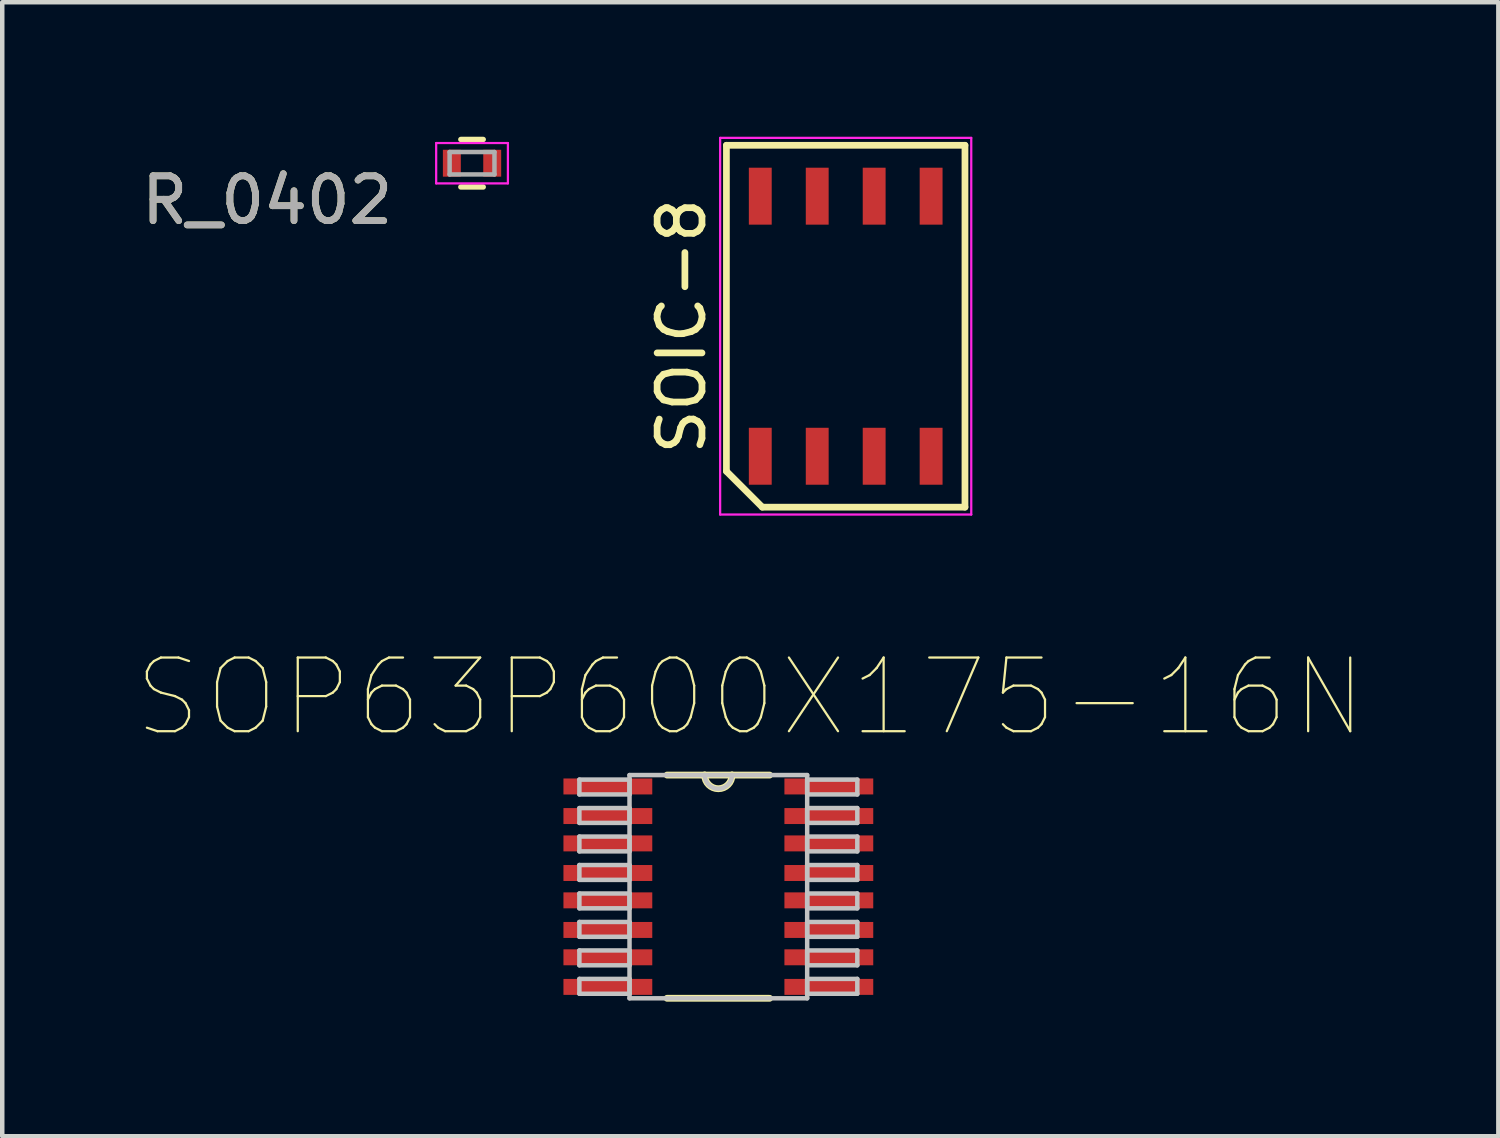
<source format=kicad_pcb>
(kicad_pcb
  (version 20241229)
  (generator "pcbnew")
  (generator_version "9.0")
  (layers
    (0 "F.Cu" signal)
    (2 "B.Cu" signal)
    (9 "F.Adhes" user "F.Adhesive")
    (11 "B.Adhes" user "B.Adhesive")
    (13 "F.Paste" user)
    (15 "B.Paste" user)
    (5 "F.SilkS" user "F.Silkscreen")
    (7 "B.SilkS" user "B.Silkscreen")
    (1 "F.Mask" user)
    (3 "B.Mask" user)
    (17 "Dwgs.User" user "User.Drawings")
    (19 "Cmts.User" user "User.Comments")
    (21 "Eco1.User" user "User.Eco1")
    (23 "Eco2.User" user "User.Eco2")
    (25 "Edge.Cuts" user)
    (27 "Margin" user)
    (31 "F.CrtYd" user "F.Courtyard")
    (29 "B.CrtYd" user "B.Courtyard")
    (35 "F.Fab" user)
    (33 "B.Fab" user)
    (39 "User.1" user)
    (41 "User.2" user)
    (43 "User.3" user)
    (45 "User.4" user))
  (footprint "R_0402"
    (layer "F.Cu")
    (at 7.477 0.59)
    (property "Reference" "R_0402" (at -4.566 0.826 0) (layer "F.SilkS") (effects (font (size 1 1) (thickness 0.15))))
    (attr smd)
    (fp_line (start -0.25 0.53) (end 0.25 0.53) (stroke (width 0.12) (type solid)) (layer "F.SilkS"))
    (fp_line (start 0.25 -0.53) (end -0.25 -0.53) (stroke (width 0.12) (type solid)) (layer "F.SilkS"))
    (fp_line (start -0.8 -0.45) (end -0.8 0.45) (stroke (width 0.05) (type solid)) (layer "F.CrtYd"))
    (fp_line (start -0.8 -0.45) (end 0.8 -0.45) (stroke (width 0.05) (type solid)) (layer "F.CrtYd"))
    (fp_line (start 0.8 0.45) (end -0.8 0.45) (stroke (width 0.05) (type solid)) (layer "F.CrtYd"))
    (fp_line (start 0.8 0.45) (end 0.8 -0.45) (stroke (width 0.05) (type solid)) (layer "F.CrtYd"))
    (fp_line (start -0.5 -0.25) (end 0.5 -0.25) (stroke (width 0.1) (type solid)) (layer "F.Fab"))
    (fp_line (start -0.5 0.25) (end -0.5 -0.25) (stroke (width 0.1) (type solid)) (layer "F.Fab"))
    (fp_line (start 0.5 -0.25) (end 0.5 0.25) (stroke (width 0.1) (type solid)) (layer "F.Fab"))
    (fp_line (start 0.5 0.25) (end -0.5 0.25) (stroke (width 0.1) (type solid)) (layer "F.Fab"))
    (fp_text user "${REFERENCE}" (at -4.566 0.826 0) (layer "F.Fab") (effects (font (size 1 1) (thickness 0.15))))
    (pad "1" smd rect (at -0.45 0) (size 0.4 0.6) (layers "F.Cu" "F.Mask" "F.Paste"))
    (pad "2" smd rect (at 0.45 0) (size 0.4 0.6) (layers "F.Cu" "F.Mask" "F.Paste")))
  (footprint "SOP63P600X175-16N"
    (layer "F.Cu")
    (at 12.97 16.724)
    (property "Reference" "SOP63P600X175-16N" (at 0.713 -4.225 0) (layer "F.SilkS") (effects (font (size 1.643 1.643) (thickness 0.05))))
    (attr smd)
    (fp_line (start -1.143 2.489) (end 1.143 2.489) (stroke (width 0.152) (type solid)) (layer "F.SilkS"))
    (fp_line (start -0.305 -2.489) (end -1.143 -2.489) (stroke (width 0.152) (type solid)) (layer "F.SilkS"))
    (fp_line (start 0.305 -2.489) (end -0.305 -2.489) (stroke (width 0.152) (type solid)) (layer "F.SilkS"))
    (fp_line (start 1.143 -2.489) (end 0.305 -2.489) (stroke (width 0.152) (type solid)) (layer "F.SilkS"))
    (fp_arc (start 0.3048 -2.4892) (mid 0 -2.1844) (end -0.3048 -2.4892) (stroke (width 0.1524) (type solid)) (layer "F.SilkS"))
    (fp_line (start -3.099 -2.388) (end -3.099 -2.057) (stroke (width 0.1) (type solid)) (layer "Dwgs.User"))
    (fp_line (start -3.099 -2.057) (end -1.981 -2.057) (stroke (width 0.1) (type solid)) (layer "Dwgs.User"))
    (fp_line (start -3.099 -1.753) (end -3.099 -1.422) (stroke (width 0.1) (type solid)) (layer "Dwgs.User"))
    (fp_line (start -3.099 -1.422) (end -1.981 -1.422) (stroke (width 0.1) (type solid)) (layer "Dwgs.User"))
    (fp_line (start -3.099 -1.118) (end -3.099 -0.787) (stroke (width 0.1) (type solid)) (layer "Dwgs.User"))
    (fp_line (start -3.099 -0.787) (end -1.981 -0.787) (stroke (width 0.1) (type solid)) (layer "Dwgs.User"))
    (fp_line (start -3.099 -0.483) (end -3.099 -0.152) (stroke (width 0.1) (type solid)) (layer "Dwgs.User"))
    (fp_line (start -3.099 -0.152) (end -1.981 -0.152) (stroke (width 0.1) (type solid)) (layer "Dwgs.User"))
    (fp_line (start -3.099 0.152) (end -3.099 0.483) (stroke (width 0.1) (type solid)) (layer "Dwgs.User"))
    (fp_line (start -3.099 0.483) (end -1.981 0.483) (stroke (width 0.1) (type solid)) (layer "Dwgs.User"))
    (fp_line (start -3.099 0.787) (end -3.099 1.118) (stroke (width 0.1) (type solid)) (layer "Dwgs.User"))
    (fp_line (start -3.099 1.118) (end -1.981 1.118) (stroke (width 0.1) (type solid)) (layer "Dwgs.User"))
    (fp_line (start -3.099 1.422) (end -3.099 1.753) (stroke (width 0.1) (type solid)) (layer "Dwgs.User"))
    (fp_line (start -3.099 1.753) (end -1.981 1.753) (stroke (width 0.1) (type solid)) (layer "Dwgs.User"))
    (fp_line (start -3.099 2.057) (end -3.099 2.388) (stroke (width 0.1) (type solid)) (layer "Dwgs.User"))
    (fp_line (start -3.099 2.388) (end -1.981 2.388) (stroke (width 0.1) (type solid)) (layer "Dwgs.User"))
    (fp_line (start -1.981 -2.489) (end -1.981 2.489) (stroke (width 0.1) (type solid)) (layer "Dwgs.User"))
    (fp_line (start -1.981 -2.388) (end -3.099 -2.388) (stroke (width 0.1) (type solid)) (layer "Dwgs.User"))
    (fp_line (start -1.981 -2.057) (end -1.981 -2.388) (stroke (width 0.1) (type solid)) (layer "Dwgs.User"))
    (fp_line (start -1.981 -1.753) (end -3.099 -1.753) (stroke (width 0.1) (type solid)) (layer "Dwgs.User"))
    (fp_line (start -1.981 -1.422) (end -1.981 -1.753) (stroke (width 0.1) (type solid)) (layer "Dwgs.User"))
    (fp_line (start -1.981 -1.118) (end -3.099 -1.118) (stroke (width 0.1) (type solid)) (layer "Dwgs.User"))
    (fp_line (start -1.981 -0.787) (end -1.981 -1.118) (stroke (width 0.1) (type solid)) (layer "Dwgs.User"))
    (fp_line (start -1.981 -0.483) (end -3.099 -0.483) (stroke (width 0.1) (type solid)) (layer "Dwgs.User"))
    (fp_line (start -1.981 -0.152) (end -1.981 -0.483) (stroke (width 0.1) (type solid)) (layer "Dwgs.User"))
    (fp_line (start -1.981 0.152) (end -3.099 0.152) (stroke (width 0.1) (type solid)) (layer "Dwgs.User"))
    (fp_line (start -1.981 0.483) (end -1.981 0.152) (stroke (width 0.1) (type solid)) (layer "Dwgs.User"))
    (fp_line (start -1.981 0.787) (end -3.099 0.787) (stroke (width 0.1) (type solid)) (layer "Dwgs.User"))
    (fp_line (start -1.981 1.118) (end -1.981 0.787) (stroke (width 0.1) (type solid)) (layer "Dwgs.User"))
    (fp_line (start -1.981 1.422) (end -3.099 1.422) (stroke (width 0.1) (type solid)) (layer "Dwgs.User"))
    (fp_line (start -1.981 1.753) (end -1.981 1.422) (stroke (width 0.1) (type solid)) (layer "Dwgs.User"))
    (fp_line (start -1.981 2.057) (end -3.099 2.057) (stroke (width 0.1) (type solid)) (layer "Dwgs.User"))
    (fp_line (start -1.981 2.388) (end -1.981 2.057) (stroke (width 0.1) (type solid)) (layer "Dwgs.User"))
    (fp_line (start -1.981 2.489) (end 1.981 2.489) (stroke (width 0.1) (type solid)) (layer "Dwgs.User"))
    (fp_line (start -0.305 -2.489) (end -1.981 -2.489) (stroke (width 0.1) (type solid)) (layer "Dwgs.User"))
    (fp_line (start 0.305 -2.489) (end -0.305 -2.489) (stroke (width 0.1) (type solid)) (layer "Dwgs.User"))
    (fp_line (start 1.981 -2.489) (end 0.305 -2.489) (stroke (width 0.1) (type solid)) (layer "Dwgs.User"))
    (fp_line (start 1.981 -2.388) (end 1.981 -2.057) (stroke (width 0.1) (type solid)) (layer "Dwgs.User"))
    (fp_line (start 1.981 -2.057) (end 3.099 -2.057) (stroke (width 0.1) (type solid)) (layer "Dwgs.User"))
    (fp_line (start 1.981 -1.753) (end 1.981 -1.422) (stroke (width 0.1) (type solid)) (layer "Dwgs.User"))
    (fp_line (start 1.981 -1.422) (end 3.099 -1.422) (stroke (width 0.1) (type solid)) (layer "Dwgs.User"))
    (fp_line (start 1.981 -1.118) (end 1.981 -0.787) (stroke (width 0.1) (type solid)) (layer "Dwgs.User"))
    (fp_line (start 1.981 -0.787) (end 3.099 -0.787) (stroke (width 0.1) (type solid)) (layer "Dwgs.User"))
    (fp_line (start 1.981 -0.483) (end 1.981 -0.152) (stroke (width 0.1) (type solid)) (layer "Dwgs.User"))
    (fp_line (start 1.981 -0.152) (end 3.099 -0.152) (stroke (width 0.1) (type solid)) (layer "Dwgs.User"))
    (fp_line (start 1.981 0.152) (end 1.981 0.483) (stroke (width 0.1) (type solid)) (layer "Dwgs.User"))
    (fp_line (start 1.981 0.483) (end 3.099 0.483) (stroke (width 0.1) (type solid)) (layer "Dwgs.User"))
    (fp_line (start 1.981 0.787) (end 1.981 1.118) (stroke (width 0.1) (type solid)) (layer "Dwgs.User"))
    (fp_line (start 1.981 1.118) (end 3.099 1.118) (stroke (width 0.1) (type solid)) (layer "Dwgs.User"))
    (fp_line (start 1.981 1.422) (end 1.981 1.753) (stroke (width 0.1) (type solid)) (layer "Dwgs.User"))
    (fp_line (start 1.981 1.753) (end 3.099 1.753) (stroke (width 0.1) (type solid)) (layer "Dwgs.User"))
    (fp_line (start 1.981 2.057) (end 1.981 2.388) (stroke (width 0.1) (type solid)) (layer "Dwgs.User"))
    (fp_line (start 1.981 2.388) (end 3.099 2.388) (stroke (width 0.1) (type solid)) (layer "Dwgs.User"))
    (fp_line (start 1.981 2.489) (end 1.981 -2.489) (stroke (width 0.1) (type solid)) (layer "Dwgs.User"))
    (fp_line (start 3.099 -2.388) (end 1.981 -2.388) (stroke (width 0.1) (type solid)) (layer "Dwgs.User"))
    (fp_line (start 3.099 -2.057) (end 3.099 -2.388) (stroke (width 0.1) (type solid)) (layer "Dwgs.User"))
    (fp_line (start 3.099 -1.753) (end 1.981 -1.753) (stroke (width 0.1) (type solid)) (layer "Dwgs.User"))
    (fp_line (start 3.099 -1.422) (end 3.099 -1.753) (stroke (width 0.1) (type solid)) (layer "Dwgs.User"))
    (fp_line (start 3.099 -1.118) (end 1.981 -1.118) (stroke (width 0.1) (type solid)) (layer "Dwgs.User"))
    (fp_line (start 3.099 -0.787) (end 3.099 -1.118) (stroke (width 0.1) (type solid)) (layer "Dwgs.User"))
    (fp_line (start 3.099 -0.483) (end 1.981 -0.483) (stroke (width 0.1) (type solid)) (layer "Dwgs.User"))
    (fp_line (start 3.099 -0.152) (end 3.099 -0.483) (stroke (width 0.1) (type solid)) (layer "Dwgs.User"))
    (fp_line (start 3.099 0.152) (end 1.981 0.152) (stroke (width 0.1) (type solid)) (layer "Dwgs.User"))
    (fp_line (start 3.099 0.483) (end 3.099 0.152) (stroke (width 0.1) (type solid)) (layer "Dwgs.User"))
    (fp_line (start 3.099 0.787) (end 1.981 0.787) (stroke (width 0.1) (type solid)) (layer "Dwgs.User"))
    (fp_line (start 3.099 1.118) (end 3.099 0.787) (stroke (width 0.1) (type solid)) (layer "Dwgs.User"))
    (fp_line (start 3.099 1.422) (end 1.981 1.422) (stroke (width 0.1) (type solid)) (layer "Dwgs.User"))
    (fp_line (start 3.099 1.753) (end 3.099 1.422) (stroke (width 0.1) (type solid)) (layer "Dwgs.User"))
    (fp_line (start 3.099 2.057) (end 1.981 2.057) (stroke (width 0.1) (type solid)) (layer "Dwgs.User"))
    (fp_line (start 3.099 2.388) (end 3.099 2.057) (stroke (width 0.1) (type solid)) (layer "Dwgs.User"))
    (fp_arc (start 0.3048 -2.4892) (mid 0 -2.1844) (end -0.3048 -2.4892) (stroke (width 0.1) (type solid)) (layer "Dwgs.User"))
    (pad "1" smd rect (at -2.464 -2.235) (size 1.981 0.356) (layers "F.Cu" "F.Mask" "F.Paste"))
    (pad "2" smd rect (at -2.464 -1.575) (size 1.981 0.356) (layers "F.Cu" "F.Mask" "F.Paste"))
    (pad "3" smd rect (at -2.464 -0.965) (size 1.981 0.356) (layers "F.Cu" "F.Mask" "F.Paste"))
    (pad "4" smd rect (at -2.464 -0.305) (size 1.981 0.356) (layers "F.Cu" "F.Mask" "F.Paste"))
    (pad "5" smd rect (at -2.464 0.305) (size 1.981 0.356) (layers "F.Cu" "F.Mask" "F.Paste"))
    (pad "6" smd rect (at -2.464 0.965) (size 1.981 0.356) (layers "F.Cu" "F.Mask" "F.Paste"))
    (pad "7" smd rect (at -2.464 1.575) (size 1.981 0.356) (layers "F.Cu" "F.Mask" "F.Paste"))
    (pad "8" smd rect (at -2.464 2.235) (size 1.981 0.356) (layers "F.Cu" "F.Mask" "F.Paste"))
    (pad "9" smd rect (at 2.464 2.235) (size 1.981 0.356) (layers "F.Cu" "F.Mask" "F.Paste"))
    (pad "10" smd rect (at 2.464 1.575) (size 1.981 0.356) (layers "F.Cu" "F.Mask" "F.Paste"))
    (pad "11" smd rect (at 2.464 0.965) (size 1.981 0.356) (layers "F.Cu" "F.Mask" "F.Paste"))
    (pad "12" smd rect (at 2.464 0.305) (size 1.981 0.356) (layers "F.Cu" "F.Mask" "F.Paste"))
    (pad "13" smd rect (at 2.464 -0.305) (size 1.981 0.356) (layers "F.Cu" "F.Mask" "F.Paste"))
    (pad "14" smd rect (at 2.464 -0.965) (size 1.981 0.356) (layers "F.Cu" "F.Mask" "F.Paste"))
    (pad "15" smd rect (at 2.464 -1.575) (size 1.981 0.356) (layers "F.Cu" "F.Mask" "F.Paste"))
    (pad "16" smd rect (at 2.464 -2.235) (size 1.981 0.356) (layers "F.Cu" "F.Mask" "F.Paste")))
  (footprint "SOIC-8"
    (layer "F.Cu")
    (at 15.81 4.225)
    (property "Reference" "SOIC-8" (at -3.66 0 90) (layer "F.SilkS") (effects (font (size 1 1) (thickness 0.15))))
    (attr smd)
    (fp_line (start -2.66 -4.035) (end 2.66 -4.035) (stroke (width 0.15) (type solid)) (layer "F.SilkS"))
    (fp_line (start -2.66 3.235) (end -2.66 -4.035) (stroke (width 0.15) (type solid)) (layer "F.SilkS"))
    (fp_line (start -1.86 4.035) (end -2.66 3.235) (stroke (width 0.15) (type solid)) (layer "F.SilkS"))
    (fp_line (start 2.66 -4.035) (end 2.66 4.035) (stroke (width 0.15) (type solid)) (layer "F.SilkS"))
    (fp_line (start 2.66 4.035) (end -1.86 4.035) (stroke (width 0.15) (type solid)) (layer "F.SilkS"))
    (fp_line (start -2.8 -4.2) (end 2.8 -4.2) (stroke (width 0.05) (type solid)) (layer "F.CrtYd"))
    (fp_line (start -2.8 4.2) (end -2.8 -4.2) (stroke (width 0.05) (type solid)) (layer "F.CrtYd"))
    (fp_line (start 2.8 -4.2) (end 2.8 4.2) (stroke (width 0.05) (type solid)) (layer "F.CrtYd"))
    (fp_line (start 2.8 4.2) (end -2.8 4.2) (stroke (width 0.05) (type solid)) (layer "F.CrtYd"))
    (pad "1" smd rect (at -1.905 2.9) (size 0.51 1.27) (layers "F.Cu" "F.Mask" "F.Paste"))
    (pad "2" smd rect (at -0.635 2.9) (size 0.51 1.27) (layers "F.Cu" "F.Mask" "F.Paste"))
    (pad "3" smd rect (at 0.635 2.9) (size 0.51 1.27) (layers "F.Cu" "F.Mask" "F.Paste"))
    (pad "4" smd rect (at 1.905 2.9) (size 0.51 1.27) (layers "F.Cu" "F.Mask" "F.Paste"))
    (pad "5" smd rect (at 1.905 -2.9) (size 0.51 1.27) (layers "F.Cu" "F.Mask" "F.Paste"))
    (pad "6" smd rect (at 0.635 -2.9) (size 0.51 1.27) (layers "F.Cu" "F.Mask" "F.Paste"))
    (pad "7" smd rect (at -0.635 -2.9) (size 0.51 1.27) (layers "F.Cu" "F.Mask" "F.Paste"))
    (pad "8" smd rect (at -1.905 -2.9) (size 0.51 1.27) (layers "F.Cu" "F.Mask" "F.Paste")))
  (gr_rect
    (start -3 -3)
    (end 30.365 22.289)
    (stroke (width 0.1) (type default))
    (fill no)
    (layer "Edge.Cuts")))
</source>
